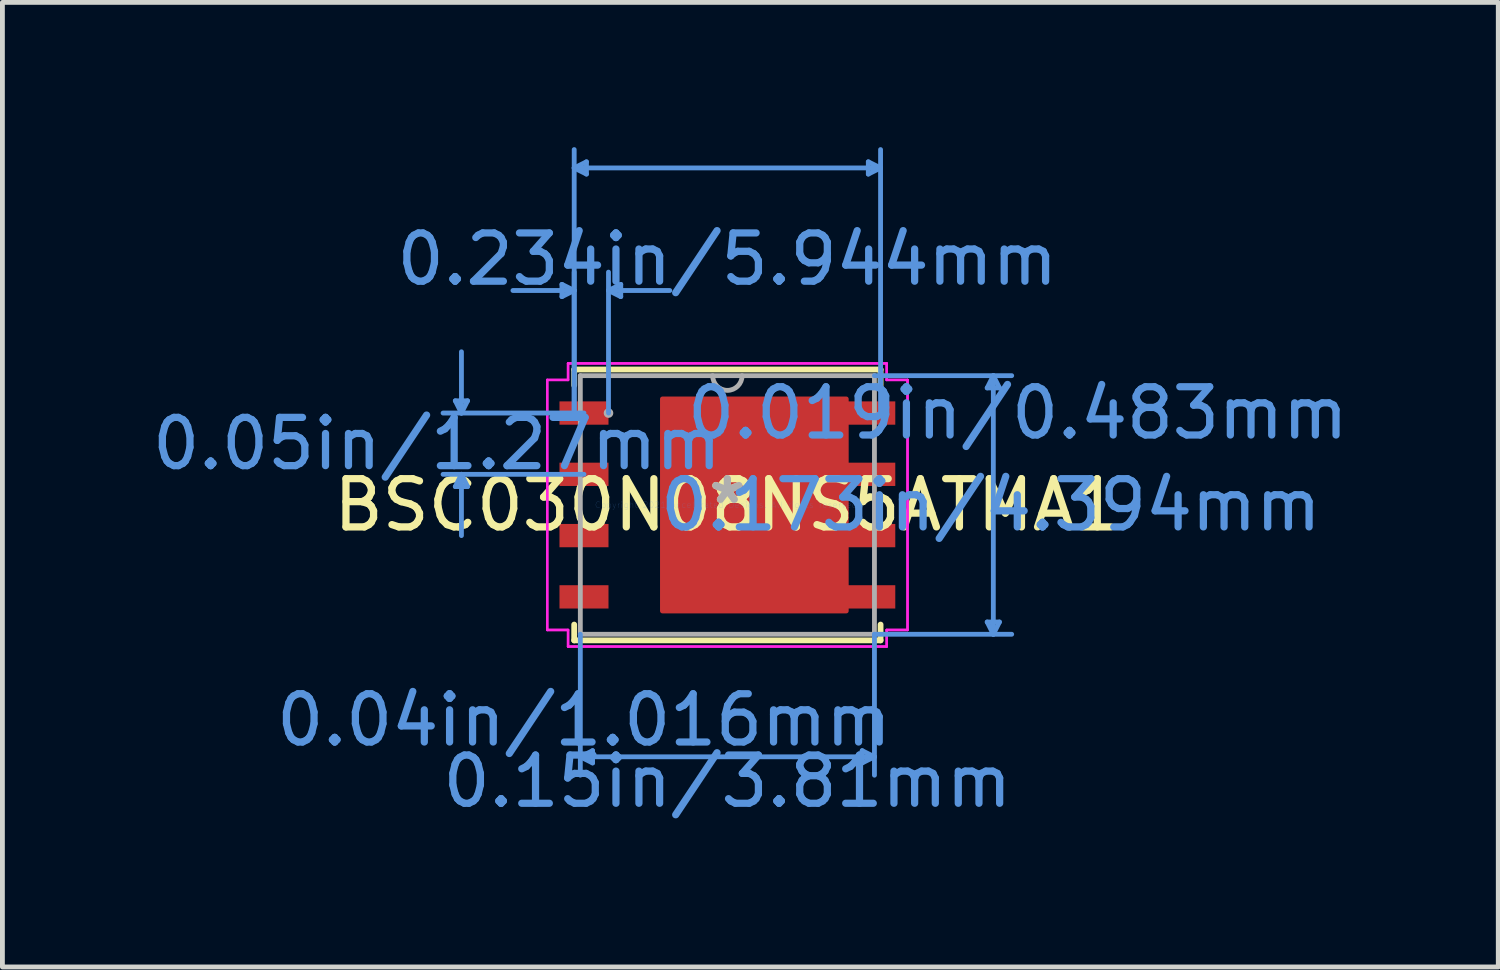
<source format=kicad_pcb>
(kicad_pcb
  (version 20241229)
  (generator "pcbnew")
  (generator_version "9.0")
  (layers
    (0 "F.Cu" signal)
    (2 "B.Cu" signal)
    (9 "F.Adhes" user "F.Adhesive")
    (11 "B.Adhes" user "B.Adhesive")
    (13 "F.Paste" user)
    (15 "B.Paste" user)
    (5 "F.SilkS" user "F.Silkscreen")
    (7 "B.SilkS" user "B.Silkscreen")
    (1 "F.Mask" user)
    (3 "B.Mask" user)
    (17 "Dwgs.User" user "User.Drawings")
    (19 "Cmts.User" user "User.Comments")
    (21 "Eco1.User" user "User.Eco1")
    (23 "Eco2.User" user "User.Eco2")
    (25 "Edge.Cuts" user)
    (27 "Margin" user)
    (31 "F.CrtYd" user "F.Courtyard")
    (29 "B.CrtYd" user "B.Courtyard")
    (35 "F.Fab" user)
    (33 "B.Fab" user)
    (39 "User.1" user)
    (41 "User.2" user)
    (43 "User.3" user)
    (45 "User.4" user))
  (footprint "BSC030N08NS5ATMA1"
    (layer "F.Cu")
    (at 12.026 7.416)
    (property "Reference" "BSC030N08NS5ATMA1" (at 0 0 0) (layer "F.SilkS") (effects (font (size 1 1) (thickness 0.15))))
    (attr through_hole)
    (fp_poly (pts (xy 2.464 -2.197) (xy 2.464 2.197) (xy -1.346 2.197) (xy -1.346 -2.197)) (stroke (width 0.1) (type solid)) (fill yes) (layer "F.Cu"))
    (fp_line (start -3.175 -2.807) (end -3.175 -2.479) (stroke (width 0.12) (type solid)) (layer "F.SilkS"))
    (fp_line (start -3.175 2.479) (end -3.175 2.807) (stroke (width 0.12) (type solid)) (layer "F.SilkS"))
    (fp_line (start -3.175 2.807) (end 3.175 2.807) (stroke (width 0.12) (type solid)) (layer "F.SilkS"))
    (fp_line (start 3.175 -2.807) (end -3.175 -2.807) (stroke (width 0.12) (type solid)) (layer "F.SilkS"))
    (fp_line (start 3.175 -2.479) (end 3.175 -2.807) (stroke (width 0.12) (type solid)) (layer "F.SilkS"))
    (fp_line (start 3.175 2.807) (end 3.175 2.479) (stroke (width 0.12) (type solid)) (layer "F.SilkS"))
    (fp_poly (pts (xy -1.246 -2.097) (xy -1.246 -0.832) (xy -0.176 -0.832) (xy -0.176 -2.097)) (stroke (width 0.1) (type solid)) (fill yes) (layer "F.Paste"))
    (fp_poly (pts (xy -1.246 -0.632) (xy -1.246 0.632) (xy -0.176 0.632) (xy -0.176 -0.632)) (stroke (width 0.1) (type solid)) (fill yes) (layer "F.Paste"))
    (fp_poly (pts (xy -1.246 0.832) (xy -1.246 2.097) (xy -0.176 2.097) (xy -0.176 0.832)) (stroke (width 0.1) (type solid)) (fill yes) (layer "F.Paste"))
    (fp_poly (pts (xy 0.024 -2.097) (xy 0.024 -0.832) (xy 1.094 -0.832) (xy 1.094 -2.097)) (stroke (width 0.1) (type solid)) (fill yes) (layer "F.Paste"))
    (fp_poly (pts (xy 0.024 -0.632) (xy 0.024 0.632) (xy 1.094 0.632) (xy 1.094 -0.632)) (stroke (width 0.1) (type solid)) (fill yes) (layer "F.Paste"))
    (fp_poly (pts (xy 0.024 0.832) (xy 0.024 2.097) (xy 1.094 2.097) (xy 1.094 0.832)) (stroke (width 0.1) (type solid)) (fill yes) (layer "F.Paste"))
    (fp_poly (pts (xy 1.294 -2.097) (xy 1.294 -0.832) (xy 2.364 -0.832) (xy 2.364 -2.097)) (stroke (width 0.1) (type solid)) (fill yes) (layer "F.Paste"))
    (fp_poly (pts (xy 1.294 -0.632) (xy 1.294 0.632) (xy 2.364 0.632) (xy 2.364 -0.632)) (stroke (width 0.1) (type solid)) (fill yes) (layer "F.Paste"))
    (fp_poly (pts (xy 1.294 0.832) (xy 1.294 2.097) (xy 2.364 2.097) (xy 2.364 0.832)) (stroke (width 0.1) (type solid)) (fill yes) (layer "F.Paste"))
    (fp_line (start -5.639 -2.159) (end -5.385 -2.159) (stroke (width 0.1) (type solid)) (layer "Cmts.User"))
    (fp_line (start -5.639 -0.381) (end -5.385 -0.381) (stroke (width 0.1) (type solid)) (layer "Cmts.User"))
    (fp_line (start -5.512 -1.905) (end -5.639 -2.159) (stroke (width 0.1) (type solid)) (layer "Cmts.User"))
    (fp_line (start -5.512 -1.905) (end -5.512 -3.175) (stroke (width 0.1) (type solid)) (layer "Cmts.User"))
    (fp_line (start -5.512 -1.905) (end -5.385 -2.159) (stroke (width 0.1) (type solid)) (layer "Cmts.User"))
    (fp_line (start -5.512 -0.635) (end -5.639 -0.381) (stroke (width 0.1) (type solid)) (layer "Cmts.User"))
    (fp_line (start -5.512 -0.635) (end -5.512 0.635) (stroke (width 0.1) (type solid)) (layer "Cmts.User"))
    (fp_line (start -5.512 -0.635) (end -5.385 -0.381) (stroke (width 0.1) (type solid)) (layer "Cmts.User"))
    (fp_line (start -3.429 -4.572) (end -3.429 -4.318) (stroke (width 0.1) (type solid)) (layer "Cmts.User"))
    (fp_line (start -3.175 -6.985) (end -2.921 -7.112) (stroke (width 0.1) (type solid)) (layer "Cmts.User"))
    (fp_line (start -3.175 -6.985) (end -2.921 -6.858) (stroke (width 0.1) (type solid)) (layer "Cmts.User"))
    (fp_line (start -3.175 -6.985) (end 3.175 -6.985) (stroke (width 0.1) (type solid)) (layer "Cmts.User"))
    (fp_line (start -3.175 -4.445) (end -4.445 -4.445) (stroke (width 0.1) (type solid)) (layer "Cmts.User"))
    (fp_line (start -3.175 -4.445) (end -3.429 -4.572) (stroke (width 0.1) (type solid)) (layer "Cmts.User"))
    (fp_line (start -3.175 -4.445) (end -3.429 -4.318) (stroke (width 0.1) (type solid)) (layer "Cmts.User"))
    (fp_line (start -3.175 -1.905) (end -3.175 -7.366) (stroke (width 0.1) (type solid)) (layer "Cmts.User"))
    (fp_line (start -3.175 -1.905) (end -3.175 -4.826) (stroke (width 0.1) (type solid)) (layer "Cmts.User"))
    (fp_line (start -3.048 2.68) (end -3.048 5.601) (stroke (width 0.1) (type solid)) (layer "Cmts.User"))
    (fp_line (start -3.048 5.22) (end -2.794 5.093) (stroke (width 0.1) (type solid)) (layer "Cmts.User"))
    (fp_line (start -3.048 5.22) (end -2.794 5.347) (stroke (width 0.1) (type solid)) (layer "Cmts.User"))
    (fp_line (start -3.048 5.22) (end 3.048 5.22) (stroke (width 0.1) (type solid)) (layer "Cmts.User"))
    (fp_line (start -2.972 -1.905) (end -5.893 -1.905) (stroke (width 0.1) (type solid)) (layer "Cmts.User"))
    (fp_line (start -2.972 -0.635) (end -5.893 -0.635) (stroke (width 0.1) (type solid)) (layer "Cmts.User"))
    (fp_line (start -2.921 -7.112) (end -2.921 -6.858) (stroke (width 0.1) (type solid)) (layer "Cmts.User"))
    (fp_line (start -2.794 5.093) (end -2.794 5.347) (stroke (width 0.1) (type solid)) (layer "Cmts.User"))
    (fp_line (start -2.464 -4.445) (end -2.21 -4.572) (stroke (width 0.1) (type solid)) (layer "Cmts.User"))
    (fp_line (start -2.464 -4.445) (end -2.21 -4.318) (stroke (width 0.1) (type solid)) (layer "Cmts.User"))
    (fp_line (start -2.464 -4.445) (end -1.194 -4.445) (stroke (width 0.1) (type solid)) (layer "Cmts.User"))
    (fp_line (start -2.464 -1.905) (end -2.464 -4.826) (stroke (width 0.1) (type solid)) (layer "Cmts.User"))
    (fp_line (start -2.21 -4.572) (end -2.21 -4.318) (stroke (width 0.1) (type solid)) (layer "Cmts.User"))
    (fp_line (start 2.794 5.093) (end 2.794 5.347) (stroke (width 0.1) (type solid)) (layer "Cmts.User"))
    (fp_line (start 2.921 -7.112) (end 2.921 -6.858) (stroke (width 0.1) (type solid)) (layer "Cmts.User"))
    (fp_line (start 3.048 -2.68) (end 5.893 -2.68) (stroke (width 0.1) (type solid)) (layer "Cmts.User"))
    (fp_line (start 3.048 2.68) (end 3.048 5.601) (stroke (width 0.1) (type solid)) (layer "Cmts.User"))
    (fp_line (start 3.048 2.68) (end 5.893 2.68) (stroke (width 0.1) (type solid)) (layer "Cmts.User"))
    (fp_line (start 3.048 5.22) (end 2.794 5.093) (stroke (width 0.1) (type solid)) (layer "Cmts.User"))
    (fp_line (start 3.048 5.22) (end 2.794 5.347) (stroke (width 0.1) (type solid)) (layer "Cmts.User"))
    (fp_line (start 3.175 -6.985) (end 2.921 -7.112) (stroke (width 0.1) (type solid)) (layer "Cmts.User"))
    (fp_line (start 3.175 -6.985) (end 2.921 -6.858) (stroke (width 0.1) (type solid)) (layer "Cmts.User"))
    (fp_line (start 3.175 -1.905) (end 3.175 -7.366) (stroke (width 0.1) (type solid)) (layer "Cmts.User"))
    (fp_line (start 5.385 -2.426) (end 5.639 -2.426) (stroke (width 0.1) (type solid)) (layer "Cmts.User"))
    (fp_line (start 5.385 2.426) (end 5.639 2.426) (stroke (width 0.1) (type solid)) (layer "Cmts.User"))
    (fp_line (start 5.512 -2.68) (end 5.385 -2.426) (stroke (width 0.1) (type solid)) (layer "Cmts.User"))
    (fp_line (start 5.512 -2.68) (end 5.512 2.68) (stroke (width 0.1) (type solid)) (layer "Cmts.User"))
    (fp_line (start 5.512 -2.68) (end 5.639 -2.426) (stroke (width 0.1) (type solid)) (layer "Cmts.User"))
    (fp_line (start 5.512 2.68) (end 5.385 2.426) (stroke (width 0.1) (type solid)) (layer "Cmts.User"))
    (fp_line (start 5.512 2.68) (end 5.639 2.426) (stroke (width 0.1) (type solid)) (layer "Cmts.User"))
    (fp_line (start -3.734 -2.591) (end -3.302 -2.591) (stroke (width 0.05) (type solid)) (layer "F.CrtYd"))
    (fp_line (start -3.734 -2.591) (end -3.302 -2.591) (stroke (width 0.05) (type solid)) (layer "F.CrtYd"))
    (fp_line (start -3.734 2.591) (end -3.734 -2.591) (stroke (width 0.05) (type solid)) (layer "F.CrtYd"))
    (fp_line (start -3.734 2.591) (end -3.734 -2.591) (stroke (width 0.05) (type solid)) (layer "F.CrtYd"))
    (fp_line (start -3.734 2.591) (end -3.302 2.591) (stroke (width 0.05) (type solid)) (layer "F.CrtYd"))
    (fp_line (start -3.302 -2.934) (end 3.302 -2.934) (stroke (width 0.05) (type solid)) (layer "F.CrtYd"))
    (fp_line (start -3.302 -2.934) (end 3.302 -2.934) (stroke (width 0.05) (type solid)) (layer "F.CrtYd"))
    (fp_line (start -3.302 -2.591) (end -3.302 -2.934) (stroke (width 0.05) (type solid)) (layer "F.CrtYd"))
    (fp_line (start -3.302 -2.591) (end -3.302 -2.934) (stroke (width 0.05) (type solid)) (layer "F.CrtYd"))
    (fp_line (start -3.302 2.591) (end -3.734 2.591) (stroke (width 0.05) (type solid)) (layer "F.CrtYd"))
    (fp_line (start -3.302 2.934) (end -3.302 2.591) (stroke (width 0.05) (type solid)) (layer "F.CrtYd"))
    (fp_line (start -3.302 2.934) (end -3.302 2.591) (stroke (width 0.05) (type solid)) (layer "F.CrtYd"))
    (fp_line (start 3.302 -2.934) (end 3.302 -2.591) (stroke (width 0.05) (type solid)) (layer "F.CrtYd"))
    (fp_line (start 3.302 -2.934) (end 3.302 -2.591) (stroke (width 0.05) (type solid)) (layer "F.CrtYd"))
    (fp_line (start 3.302 -2.591) (end 3.734 -2.591) (stroke (width 0.05) (type solid)) (layer "F.CrtYd"))
    (fp_line (start 3.302 2.591) (end 3.302 2.934) (stroke (width 0.05) (type solid)) (layer "F.CrtYd"))
    (fp_line (start 3.302 2.591) (end 3.302 2.934) (stroke (width 0.05) (type solid)) (layer "F.CrtYd"))
    (fp_line (start 3.302 2.934) (end -3.302 2.934) (stroke (width 0.05) (type solid)) (layer "F.CrtYd"))
    (fp_line (start 3.302 2.934) (end -3.302 2.934) (stroke (width 0.05) (type solid)) (layer "F.CrtYd"))
    (fp_line (start 3.734 -2.591) (end 3.302 -2.591) (stroke (width 0.05) (type solid)) (layer "F.CrtYd"))
    (fp_line (start 3.734 -2.591) (end 3.734 2.591) (stroke (width 0.05) (type solid)) (layer "F.CrtYd"))
    (fp_line (start 3.734 -2.591) (end 3.734 2.591) (stroke (width 0.05) (type solid)) (layer "F.CrtYd"))
    (fp_line (start 3.734 2.591) (end 3.302 2.591) (stroke (width 0.05) (type solid)) (layer "F.CrtYd"))
    (fp_line (start 3.734 2.591) (end 3.302 2.591) (stroke (width 0.05) (type solid)) (layer "F.CrtYd"))
    (fp_line (start -3.048 -2.68) (end -3.048 2.68) (stroke (width 0.1) (type solid)) (layer "F.Fab"))
    (fp_line (start -3.048 2.68) (end 3.048 2.68) (stroke (width 0.1) (type solid)) (layer "F.Fab"))
    (fp_line (start 3.048 -2.68) (end -3.048 -2.68) (stroke (width 0.1) (type solid)) (layer "F.Fab"))
    (fp_line (start 3.048 2.68) (end 3.048 -2.68) (stroke (width 0.1) (type solid)) (layer "F.Fab"))
    (fp_arc (start 0.3048 -2.6797) (mid 0 -2.3749) (end -0.3048 -2.6797) (stroke (width 0.1) (type solid)) (layer "F.Fab"))
    (fp_circle (center -2.464 -1.905) (end -2.464 -1.905) (stroke (width 0.1) (type solid)) (fill no) (layer "F.Fab"))
    (fp_text user "*" (at 0 0 0) (layer "F.SilkS") (effects (font (size 1 1) (thickness 0.15))))
    (fp_text user "0.173in/4.394mm" (at 5.461 0 0) (layer "Cmts.User") (effects (font (size 1 1) (thickness 0.15))))
    (fp_text user "0.15in/3.81mm" (at 0 5.728 0) (layer "Cmts.User") (effects (font (size 1 1) (thickness 0.15))))
    (fp_text user "0.04in/1.016mm" (at -2.972 4.458 0) (layer "Cmts.User") (effects (font (size 1 1) (thickness 0.15))))
    (fp_text user "0.019in/0.483mm" (at 6.02 -1.905 0) (layer "Cmts.User") (effects (font (size 1 1) (thickness 0.15))))
    (fp_text user "0.234in/5.944mm" (at 0 -5.093 0) (layer "Cmts.User") (effects (font (size 1 1) (thickness 0.15))))
    (fp_text user "Copyright 2021 Accelerated Designs. All rights reserved." (at 0 0 0) (layer "Cmts.User") (effects (font (size 0.127 0.127) (thickness 0.002))))
    (fp_text user "0.05in/1.27mm" (at -6.02 -1.27 0) (layer "Cmts.User") (effects (font (size 1 1) (thickness 0.15))))
    (fp_text user "*" (at 0 0 0) (layer "F.Fab") (effects (font (size 1 1) (thickness 0.15))))
    (pad "1" smd rect (at -2.972 -1.905) (size 1.016 0.483) (layers "F.Cu" "F.Mask" "F.Paste"))
    (pad "2" smd rect (at -2.972 -0.635) (size 1.016 0.483) (layers "F.Cu" "F.Mask" "F.Paste"))
    (pad "3" smd rect (at -2.972 0.635) (size 1.016 0.483) (layers "F.Cu" "F.Mask" "F.Paste"))
    (pad "4" smd rect (at -2.972 1.905) (size 1.016 0.483) (layers "F.Cu" "F.Mask" "F.Paste"))
    (pad "5" smd rect (at 2.972 1.905) (size 1.016 0.483) (layers "F.Cu" "F.Mask" "F.Paste"))
    (pad "6" smd rect (at 2.972 0.635) (size 1.016 0.483) (layers "F.Cu" "F.Mask" "F.Paste"))
    (pad "7" smd rect (at 2.972 -0.635) (size 1.016 0.483) (layers "F.Cu" "F.Mask" "F.Paste"))
    (pad "8" smd rect (at 2.972 -1.905) (size 1.016 0.483) (layers "F.Cu" "F.Mask" "F.Paste")))
  (gr_rect
    (start -3 -3)
    (end 28.004 16.992)
    (stroke (width 0.1) (type default))
    (fill no)
    (layer "Edge.Cuts")))
</source>
